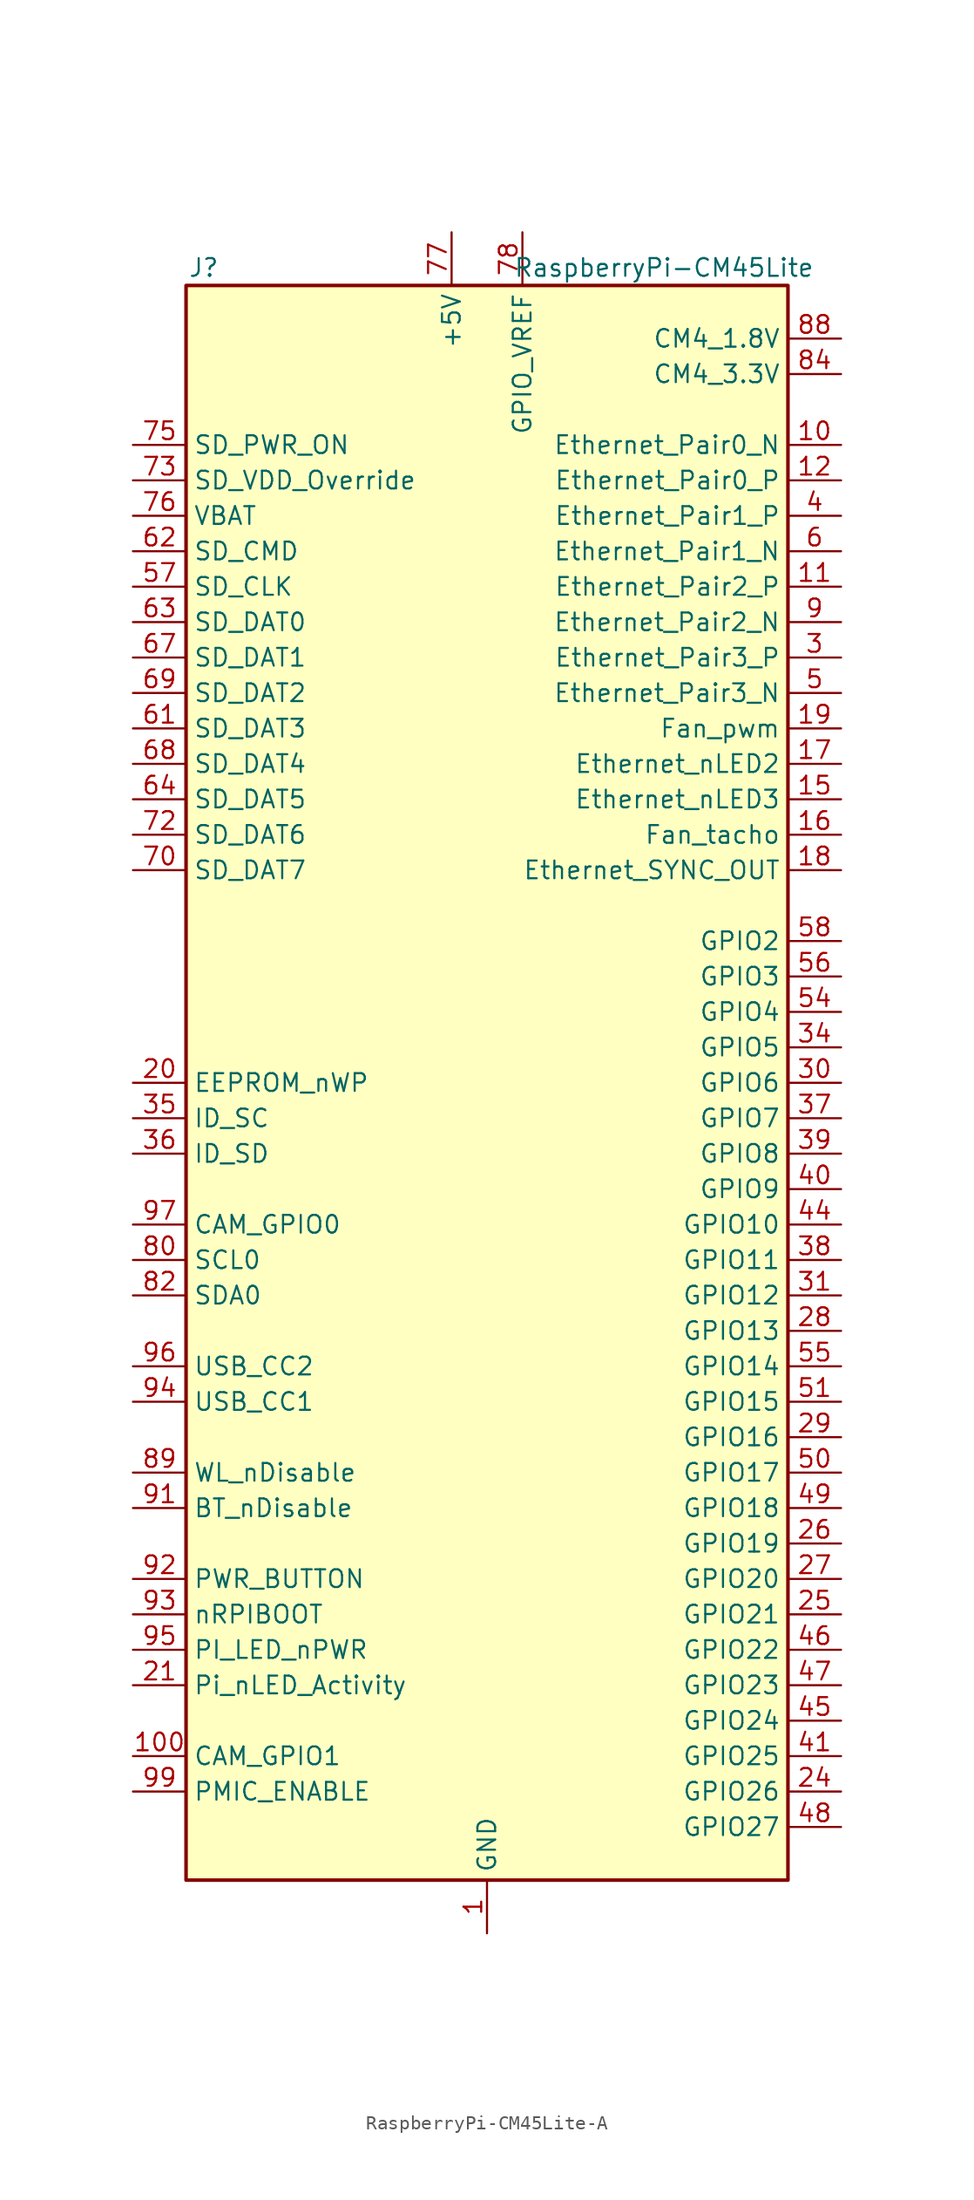
<source format=kicad_sym>
(kicad_symbol_lib
  (version 20241209)
  (generator "kicad_symbol_editor")
  (generator_version "9.0")
  (symbol "RaspberryPi-CM45Lite-A"
    (property "Reference" "J"
      (at -20.32 58.42 0)
      (effects (font (size 1.27 1.27))))
    (property "Value" "RaspberryPi-CM45Lite"
      (at 12.7 58.42 0)
      (effects (font (size 1.27 1.27))))
    (symbol "RaspberryPi-CM45Lite-A_0_1"
      (rectangle (start -21.59 57.15) (end 21.59 -57.15) (stroke (width 0.254) (type default)) (fill (type background))))
    (symbol "RaspberryPi-CM45Lite-A_1_1"
      (pin output line (at -25.4 45.72 0) (length 3.81) (name "SD_PWR_ON" (effects (font (size 1.27 1.27)))) (number "75" (effects (font (size 1.27 1.27)))))
      (pin input line (at -25.4 43.18 0) (length 3.81) (name "SD_VDD_Override" (effects (font (size 1.27 1.27)))) (number "73" (effects (font (size 1.27 1.27)))))
      (pin power_in line (at -25.4 40.64 0) (length 3.81) (name "VBAT" (effects (font (size 1.27 1.27)))) (number "76" (effects (font (size 1.27 1.27)))))
      (pin output line (at -25.4 38.1 0) (length 3.81) (name "SD_CMD" (effects (font (size 1.27 1.27)))) (number "62" (effects (font (size 1.27 1.27)))))
      (pin output line (at -25.4 35.56 0) (length 3.81) (name "SD_CLK" (effects (font (size 1.27 1.27)))) (number "57" (effects (font (size 1.27 1.27)))))
      (pin bidirectional line (at -25.4 33.02 0) (length 3.81) (name "SD_DAT0" (effects (font (size 1.27 1.27)))) (number "63" (effects (font (size 1.27 1.27)))))
      (pin bidirectional line (at -25.4 30.48 0) (length 3.81) (name "SD_DAT1" (effects (font (size 1.27 1.27)))) (number "67" (effects (font (size 1.27 1.27)))))
      (pin bidirectional line (at -25.4 27.94 0) (length 3.81) (name "SD_DAT2" (effects (font (size 1.27 1.27)))) (number "69" (effects (font (size 1.27 1.27)))))
      (pin bidirectional line (at -25.4 25.4 0) (length 3.81) (name "SD_DAT3" (effects (font (size 1.27 1.27)))) (number "61" (effects (font (size 1.27 1.27)))))
      (pin bidirectional line (at -25.4 22.86 0) (length 3.81) (name "SD_DAT4" (effects (font (size 1.27 1.27)))) (number "68" (effects (font (size 1.27 1.27)))))
      (pin bidirectional line (at -25.4 20.32 0) (length 3.81) (name "SD_DAT5" (effects (font (size 1.27 1.27)))) (number "64" (effects (font (size 1.27 1.27)))))
      (pin bidirectional line (at -25.4 17.78 0) (length 3.81) (name "SD_DAT6" (effects (font (size 1.27 1.27)))) (number "72" (effects (font (size 1.27 1.27)))))
      (pin bidirectional line (at -25.4 15.24 0) (length 3.81) (name "SD_DAT7" (effects (font (size 1.27 1.27)))) (number "70" (effects (font (size 1.27 1.27)))))
      (pin passive line (at -25.4 0 0) (length 3.81) (name "EEPROM_nWP" (effects (font (size 1.27 1.27)))) (number "20" (effects (font (size 1.27 1.27)))))
      (pin bidirectional line (at -25.4 -2.54 0) (length 3.81) (name "ID_SC" (effects (font (size 1.27 1.27)))) (number "35" (effects (font (size 1.27 1.27)))))
      (pin bidirectional line (at -25.4 -5.08 0) (length 3.81) (name "ID_SD" (effects (font (size 1.27 1.27)))) (number "36" (effects (font (size 1.27 1.27)))))
      (pin input line (at -25.4 -10.16 0) (length 3.81) (name "CAM_GPIO0" (effects (font (size 1.27 1.27)))) (number "97" (effects (font (size 1.27 1.27)))))
      (pin output line (at -25.4 -12.7 0) (length 3.81) (name "SCL0" (effects (font (size 1.27 1.27)))) (number "80" (effects (font (size 1.27 1.27)))))
      (pin bidirectional line (at -25.4 -15.24 0) (length 3.81) (name "SDA0" (effects (font (size 1.27 1.27)))) (number "82" (effects (font (size 1.27 1.27)))))
      (pin input line (at -25.4 -20.32 0) (length 3.81) (name "USB_CC2" (effects (font (size 1.27 1.27)))) (number "96" (effects (font (size 1.27 1.27)))))
      (pin input line (at -25.4 -22.86 0) (length 3.81) (name "USB_CC1" (effects (font (size 1.27 1.27)))) (number "94" (effects (font (size 1.27 1.27)))))
      (pin input line (at -25.4 -27.94 0) (length 3.81) (name "WL_nDisable" (effects (font (size 1.27 1.27)))) (number "89" (effects (font (size 1.27 1.27)))))
      (pin input line (at -25.4 -30.48 0) (length 3.81) (name "BT_nDisable" (effects (font (size 1.27 1.27)))) (number "91" (effects (font (size 1.27 1.27)))))
      (pin input line (at -25.4 -35.56 0) (length 3.81) (name "PWR_BUTTON" (effects (font (size 1.27 1.27)))) (number "92" (effects (font (size 1.27 1.27)))))
      (pin output line (at -25.4 -38.1 0) (length 3.81) (name "nRPIBOOT" (effects (font (size 1.27 1.27)))) (number "93" (effects (font (size 1.27 1.27)))))
      (pin output line (at -25.4 -40.64 0) (length 3.81) (name "PI_LED_nPWR" (effects (font (size 1.27 1.27)))) (number "95" (effects (font (size 1.27 1.27)))))
      (pin input line (at -25.4 -43.18 0) (length 3.81) (name "Pi_nLED_Activity" (effects (font (size 1.27 1.27)))) (number "21" (effects (font (size 1.27 1.27)))))
      (pin bidirectional line (at -25.4 -48.26 0) (length 3.81) (name "CAM_GPIO1" (effects (font (size 1.27 1.27)))) (number "100" (effects (font (size 1.27 1.27)))))
      (pin input line (at -25.4 -50.8 0) (length 3.81) (name "PMIC_ENABLE" (effects (font (size 1.27 1.27)))) (number "99" (effects (font (size 1.27 1.27)))))
      (pin power_in line (at -2.54 60.96 270) (length 3.81) (name "+5V" (effects (font (size 1.27 1.27)))) (number "77" (effects (font (size 1.27 1.27)))))
      (pin passive line (at -2.54 60.96 270) (length 3.81) (hide yes) (name "+5V" (effects (font (size 1.27 1.27)))) (number "79" (effects (font (size 1.27 1.27)))))
      (pin passive line (at -2.54 60.96 270) (length 3.81) (hide yes) (name "+5V" (effects (font (size 1.27 1.27)))) (number "81" (effects (font (size 1.27 1.27)))))
      (pin passive line (at -2.54 60.96 270) (length 3.81) (hide yes) (name "+5V" (effects (font (size 1.27 1.27)))) (number "83" (effects (font (size 1.27 1.27)))))
      (pin passive line (at -2.54 60.96 270) (length 3.81) (hide yes) (name "+5V" (effects (font (size 1.27 1.27)))) (number "85" (effects (font (size 1.27 1.27)))))
      (pin passive line (at -2.54 60.96 270) (length 3.81) (hide yes) (name "+5V" (effects (font (size 1.27 1.27)))) (number "87" (effects (font (size 1.27 1.27)))))
      (pin power_in line (at 0 -60.96 90) (length 3.81) (name "GND" (effects (font (size 1.27 1.27)))) (number "1" (effects (font (size 1.27 1.27)))))
      (pin passive line (at 0 -60.96 90) (length 3.81) (hide yes) (name "GND" (effects (font (size 1.27 1.27)))) (number "13" (effects (font (size 1.27 1.27)))))
      (pin passive line (at 0 -60.96 90) (length 3.81) (hide yes) (name "GND" (effects (font (size 1.27 1.27)))) (number "14" (effects (font (size 1.27 1.27)))))
      (pin passive line (at 0 -60.96 90) (length 3.81) (hide yes) (name "GND" (effects (font (size 1.27 1.27)))) (number "2" (effects (font (size 1.27 1.27)))))
      (pin passive line (at 0 -60.96 90) (length 3.81) (hide yes) (name "GND" (effects (font (size 1.27 1.27)))) (number "22" (effects (font (size 1.27 1.27)))))
      (pin passive line (at 0 -60.96 90) (length 3.81) (hide yes) (name "GND" (effects (font (size 1.27 1.27)))) (number "23" (effects (font (size 1.27 1.27)))))
      (pin passive line (at 0 -60.96 90) (length 3.81) (hide yes) (name "GND" (effects (font (size 1.27 1.27)))) (number "32" (effects (font (size 1.27 1.27)))))
      (pin passive line (at 0 -60.96 90) (length 3.81) (hide yes) (name "GND" (effects (font (size 1.27 1.27)))) (number "33" (effects (font (size 1.27 1.27)))))
      (pin passive line (at 0 -60.96 90) (length 3.81) (hide yes) (name "GND" (effects (font (size 1.27 1.27)))) (number "42" (effects (font (size 1.27 1.27)))))
      (pin passive line (at 0 -60.96 90) (length 3.81) (hide yes) (name "GND" (effects (font (size 1.27 1.27)))) (number "43" (effects (font (size 1.27 1.27)))))
      (pin passive line (at 0 -60.96 90) (length 3.81) (hide yes) (name "GND" (effects (font (size 1.27 1.27)))) (number "52" (effects (font (size 1.27 1.27)))))
      (pin passive line (at 0 -60.96 90) (length 3.81) (hide yes) (name "GND" (effects (font (size 1.27 1.27)))) (number "53" (effects (font (size 1.27 1.27)))))
      (pin passive line (at 0 -60.96 90) (length 3.81) (hide yes) (name "GND" (effects (font (size 1.27 1.27)))) (number "59" (effects (font (size 1.27 1.27)))))
      (pin passive line (at 0 -60.96 90) (length 3.81) (hide yes) (name "GND" (effects (font (size 1.27 1.27)))) (number "60" (effects (font (size 1.27 1.27)))))
      (pin passive line (at 0 -60.96 90) (length 3.81) (hide yes) (name "GND" (effects (font (size 1.27 1.27)))) (number "65" (effects (font (size 1.27 1.27)))))
      (pin passive line (at 0 -60.96 90) (length 3.81) (hide yes) (name "GND" (effects (font (size 1.27 1.27)))) (number "66" (effects (font (size 1.27 1.27)))))
      (pin passive line (at 0 -60.96 90) (length 3.81) (hide yes) (name "GND" (effects (font (size 1.27 1.27)))) (number "7" (effects (font (size 1.27 1.27)))))
      (pin passive line (at 0 -60.96 90) (length 3.81) (hide yes) (name "GND" (effects (font (size 1.27 1.27)))) (number "71" (effects (font (size 1.27 1.27)))))
      (pin passive line (at 0 -60.96 90) (length 3.81) (hide yes) (name "GND" (effects (font (size 1.27 1.27)))) (number "74" (effects (font (size 1.27 1.27)))))
      (pin passive line (at 0 -60.96 90) (length 3.81) (hide yes) (name "GND" (effects (font (size 1.27 1.27)))) (number "8" (effects (font (size 1.27 1.27)))))
      (pin passive line (at 0 -60.96 90) (length 3.81) (hide yes) (name "GND" (effects (font (size 1.27 1.27)))) (number "98" (effects (font (size 1.27 1.27)))))
      (pin power_in line (at 2.54 60.96 270) (length 3.81) (name "GPIO_VREF" (effects (font (size 1.27 1.27)))) (number "78" (effects (font (size 1.27 1.27)))))
      (pin power_out line (at 25.4 53.34 180) (length 3.81) (name "CM4_1.8V" (effects (font (size 1.27 1.27)))) (number "88" (effects (font (size 1.27 1.27)))))
      (pin passive line (at 25.4 53.34 180) (length 3.81) (hide yes) (name "CM4_1.8V" (effects (font (size 1.27 1.27)))) (number "90" (effects (font (size 1.27 1.27)))))
      (pin power_out line (at 25.4 50.8 180) (length 3.81) (name "CM4_3.3V" (effects (font (size 1.27 1.27)))) (number "84" (effects (font (size 1.27 1.27)))))
      (pin passive line (at 25.4 50.8 180) (length 3.81) (hide yes) (name "CM4_3.3V" (effects (font (size 1.27 1.27)))) (number "86" (effects (font (size 1.27 1.27)))))
      (pin bidirectional line (at 25.4 45.72 180) (length 3.81) (name "Ethernet_Pair0_N" (effects (font (size 1.27 1.27)))) (number "10" (effects (font (size 1.27 1.27)))))
      (pin bidirectional line (at 25.4 43.18 180) (length 3.81) (name "Ethernet_Pair0_P" (effects (font (size 1.27 1.27)))) (number "12" (effects (font (size 1.27 1.27)))))
      (pin bidirectional line (at 25.4 40.64 180) (length 3.81) (name "Ethernet_Pair1_P" (effects (font (size 1.27 1.27)))) (number "4" (effects (font (size 1.27 1.27)))))
      (pin bidirectional line (at 25.4 38.1 180) (length 3.81) (name "Ethernet_Pair1_N" (effects (font (size 1.27 1.27)))) (number "6" (effects (font (size 1.27 1.27)))))
      (pin bidirectional line (at 25.4 35.56 180) (length 3.81) (name "Ethernet_Pair2_P" (effects (font (size 1.27 1.27)))) (number "11" (effects (font (size 1.27 1.27)))))
      (pin bidirectional line (at 25.4 33.02 180) (length 3.81) (name "Ethernet_Pair2_N" (effects (font (size 1.27 1.27)))) (number "9" (effects (font (size 1.27 1.27)))))
      (pin bidirectional line (at 25.4 30.48 180) (length 3.81) (name "Ethernet_Pair3_P" (effects (font (size 1.27 1.27)))) (number "3" (effects (font (size 1.27 1.27)))))
      (pin bidirectional line (at 25.4 27.94 180) (length 3.81) (name "Ethernet_Pair3_N" (effects (font (size 1.27 1.27)))) (number "5" (effects (font (size 1.27 1.27)))))
      (pin output line (at 25.4 25.4 180) (length 3.81) (name "Fan_pwm" (effects (font (size 1.27 1.27)))) (number "19" (effects (font (size 1.27 1.27)))))
      (pin output line (at 25.4 22.86 180) (length 3.81) (name "Ethernet_nLED2" (effects (font (size 1.27 1.27)))) (number "17" (effects (font (size 1.27 1.27)))))
      (pin output line (at 25.4 20.32 180) (length 3.81) (name "Ethernet_nLED3" (effects (font (size 1.27 1.27)))) (number "15" (effects (font (size 1.27 1.27)))))
      (pin input line (at 25.4 17.78 180) (length 3.81) (name "Fan_tacho" (effects (font (size 1.27 1.27)))) (number "16" (effects (font (size 1.27 1.27)))))
      (pin output line (at 25.4 15.24 180) (length 3.81) (name "Ethernet_SYNC_OUT" (effects (font (size 1.27 1.27)))) (number "18" (effects (font (size 1.27 1.27)))))
      (pin bidirectional line (at 25.4 10.16 180) (length 3.81) (name "GPIO2" (effects (font (size 1.27 1.27)))) (number "58" (effects (font (size 1.27 1.27)))))
      (pin bidirectional line (at 25.4 7.62 180) (length 3.81) (name "GPIO3" (effects (font (size 1.27 1.27)))) (number "56" (effects (font (size 1.27 1.27)))))
      (pin bidirectional line (at 25.4 5.08 180) (length 3.81) (name "GPIO4" (effects (font (size 1.27 1.27)))) (number "54" (effects (font (size 1.27 1.27)))))
      (pin bidirectional line (at 25.4 2.54 180) (length 3.81) (name "GPIO5" (effects (font (size 1.27 1.27)))) (number "34" (effects (font (size 1.27 1.27)))))
      (pin bidirectional line (at 25.4 0 180) (length 3.81) (name "GPIO6" (effects (font (size 1.27 1.27)))) (number "30" (effects (font (size 1.27 1.27)))))
      (pin bidirectional line (at 25.4 -2.54 180) (length 3.81) (name "GPIO7" (effects (font (size 1.27 1.27)))) (number "37" (effects (font (size 1.27 1.27)))))
      (pin bidirectional line (at 25.4 -5.08 180) (length 3.81) (name "GPIO8" (effects (font (size 1.27 1.27)))) (number "39" (effects (font (size 1.27 1.27)))))
      (pin bidirectional line (at 25.4 -7.62 180) (length 3.81) (name "GPIO9" (effects (font (size 1.27 1.27)))) (number "40" (effects (font (size 1.27 1.27)))))
      (pin bidirectional line (at 25.4 -10.16 180) (length 3.81) (name "GPIO10" (effects (font (size 1.27 1.27)))) (number "44" (effects (font (size 1.27 1.27)))))
      (pin bidirectional line (at 25.4 -12.7 180) (length 3.81) (name "GPIO11" (effects (font (size 1.27 1.27)))) (number "38" (effects (font (size 1.27 1.27)))))
      (pin bidirectional line (at 25.4 -15.24 180) (length 3.81) (name "GPIO12" (effects (font (size 1.27 1.27)))) (number "31" (effects (font (size 1.27 1.27)))))
      (pin bidirectional line (at 25.4 -17.78 180) (length 3.81) (name "GPIO13" (effects (font (size 1.27 1.27)))) (number "28" (effects (font (size 1.27 1.27)))))
      (pin bidirectional line (at 25.4 -20.32 180) (length 3.81) (name "GPIO14" (effects (font (size 1.27 1.27)))) (number "55" (effects (font (size 1.27 1.27)))))
      (pin bidirectional line (at 25.4 -22.86 180) (length 3.81) (name "GPIO15" (effects (font (size 1.27 1.27)))) (number "51" (effects (font (size 1.27 1.27)))))
      (pin bidirectional line (at 25.4 -25.4 180) (length 3.81) (name "GPIO16" (effects (font (size 1.27 1.27)))) (number "29" (effects (font (size 1.27 1.27)))))
      (pin bidirectional line (at 25.4 -27.94 180) (length 3.81) (name "GPIO17" (effects (font (size 1.27 1.27)))) (number "50" (effects (font (size 1.27 1.27)))))
      (pin bidirectional line (at 25.4 -30.48 180) (length 3.81) (name "GPIO18" (effects (font (size 1.27 1.27)))) (number "49" (effects (font (size 1.27 1.27)))))
      (pin bidirectional line (at 25.4 -33.02 180) (length 3.81) (name "GPIO19" (effects (font (size 1.27 1.27)))) (number "26" (effects (font (size 1.27 1.27)))))
      (pin bidirectional line (at 25.4 -35.56 180) (length 3.81) (name "GPIO20" (effects (font (size 1.27 1.27)))) (number "27" (effects (font (size 1.27 1.27)))))
      (pin bidirectional line (at 25.4 -38.1 180) (length 3.81) (name "GPIO21" (effects (font (size 1.27 1.27)))) (number "25" (effects (font (size 1.27 1.27)))))
      (pin bidirectional line (at 25.4 -40.64 180) (length 3.81) (name "GPIO22" (effects (font (size 1.27 1.27)))) (number "46" (effects (font (size 1.27 1.27)))))
      (pin bidirectional line (at 25.4 -43.18 180) (length 3.81) (name "GPIO23" (effects (font (size 1.27 1.27)))) (number "47" (effects (font (size 1.27 1.27)))))
      (pin bidirectional line (at 25.4 -45.72 180) (length 3.81) (name "GPIO24" (effects (font (size 1.27 1.27)))) (number "45" (effects (font (size 1.27 1.27)))))
      (pin bidirectional line (at 25.4 -48.26 180) (length 3.81) (name "GPIO25" (effects (font (size 1.27 1.27)))) (number "41" (effects (font (size 1.27 1.27)))))
      (pin bidirectional line (at 25.4 -50.8 180) (length 3.81) (name "GPIO26" (effects (font (size 1.27 1.27)))) (number "24" (effects (font (size 1.27 1.27)))))
      (pin bidirectional line (at 25.4 -53.34 180) (length 3.81) (name "GPIO27" (effects (font (size 1.27 1.27)))) (number "48" (effects (font (size 1.27 1.27))))))))
</source>
